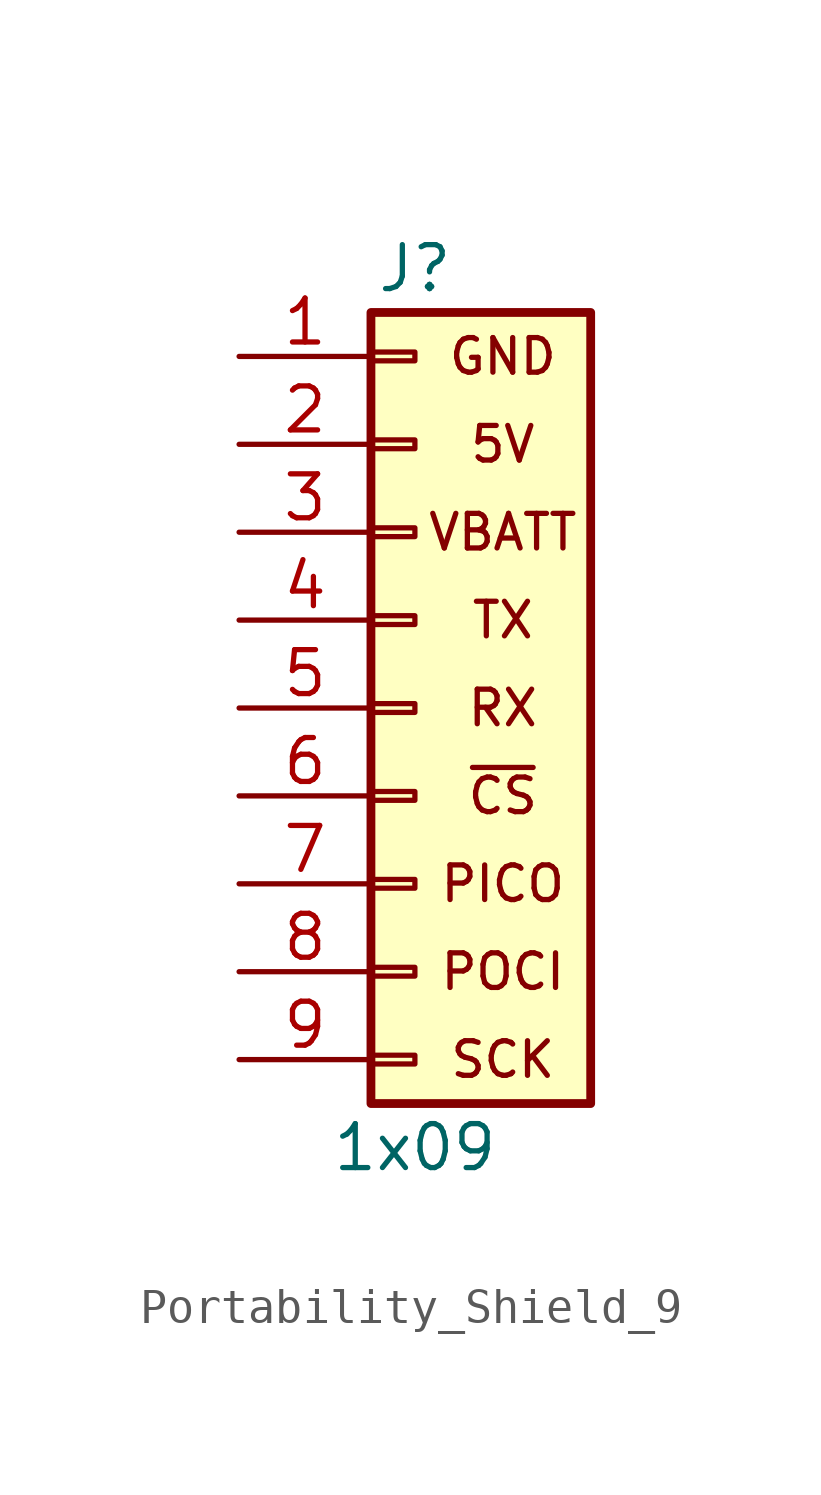
<source format=kicad_sym>
(kicad_symbol_lib
  (version 20231120)
  (generator "kicad_symbol_editor")
  (generator_version "8.0")
  (symbol "Portability_Shield_9"
    (pin_names
      (offset 1.016) hide)
    (property "Reference" "J"
      (at 0 12.7 0)
      (effects (font (size 1.27 1.27))))
    (property "Value" "1x09"
      (at 0 -12.7 0)
      (effects (font (size 1.27 1.27))))
    (symbol "Portability_Shield_9_1_1"
      (rectangle (start -1.27 -11.43) (end 5.08 11.43) (stroke (width 0.254) (type default)) (fill (type background)))
      (rectangle (start -1.27 -10.287) (end 0 -10.033) (stroke (width 0.152) (type default)) (fill (type none)))
      (rectangle (start -1.27 -7.747) (end 0 -7.493) (stroke (width 0.152) (type default)) (fill (type none)))
      (rectangle (start -1.27 -5.207) (end 0 -4.953) (stroke (width 0.152) (type default)) (fill (type none)))
      (rectangle (start -1.27 -2.667) (end 0 -2.413) (stroke (width 0.152) (type default)) (fill (type none)))
      (rectangle (start -1.27 -0.127) (end 0 0.127) (stroke (width 0.152) (type default)) (fill (type none)))
      (rectangle (start -1.27 2.413) (end 0 2.667) (stroke (width 0.152) (type default)) (fill (type none)))
      (rectangle (start -1.27 4.953) (end 0 5.207) (stroke (width 0.152) (type default)) (fill (type none)))
      (rectangle (start -1.27 7.493) (end 0 7.747) (stroke (width 0.152) (type default)) (fill (type none)))
      (rectangle (start -1.27 10.033) (end 0 10.287) (stroke (width 0.152) (type default)) (fill (type none)))
      (text "5V" (at 2.54 7.62 0) (effects (font (size 1 1))))
      (text "GND" (at 2.54 10.16 0) (effects (font (size 1 1))))
      (text "PICO" (at 2.54 -5.08 0) (effects (font (size 1 1))))
      (text "POCI" (at 2.54 -7.62 0) (effects (font (size 1 1))))
      (text "RX" (at 2.54 0 0) (effects (font (size 1 1))))
      (text "SCK" (at 2.54 -10.16 0) (effects (font (size 1 1))))
      (text "TX\n" (at 2.54 2.54 0) (effects (font (size 1 1))))
      (text "VBATT" (at 2.54 5.08 0) (effects (font (size 1 1))))
      (text "~{CS}" (at 2.54 -2.54 0) (effects (font (size 1 1))))
      (pin power_in line (at -5.08 10.16 0) (length 3.81) (name "1" (effects (font (size 1.27 1.27)))) (number "1" (effects (font (size 1.27 1.27)))))
      (pin power_in line (at -5.08 7.62 0) (length 3.81) (name "2" (effects (font (size 1.27 1.27)))) (number "2" (effects (font (size 1.27 1.27)))))
      (pin power_in line (at -5.08 5.08 0) (length 3.81) (name "3" (effects (font (size 1.27 1.27)))) (number "3" (effects (font (size 1.27 1.27)))))
      (pin output line (at -5.08 2.54 0) (length 3.81) (name "4" (effects (font (size 1.27 1.27)))) (number "4" (effects (font (size 1.27 1.27)))))
      (pin input line (at -5.08 0 0) (length 3.81) (name "5" (effects (font (size 1.27 1.27)))) (number "5" (effects (font (size 1.27 1.27)))))
      (pin input line (at -5.08 -2.54 0) (length 3.81) (name "6" (effects (font (size 1.27 1.27)))) (number "6" (effects (font (size 1.27 1.27)))))
      (pin input line (at -5.08 -5.08 0) (length 3.81) (name "7" (effects (font (size 1.27 1.27)))) (number "7" (effects (font (size 1.27 1.27)))))
      (pin output line (at -5.08 -7.62 0) (length 3.81) (name "8" (effects (font (size 1.27 1.27)))) (number "8" (effects (font (size 1.27 1.27)))))
      (pin input line (at -5.08 -10.16 0) (length 3.81) (name "9" (effects (font (size 1.27 1.27)))) (number "9" (effects (font (size 1.27 1.27))))))))
</source>
